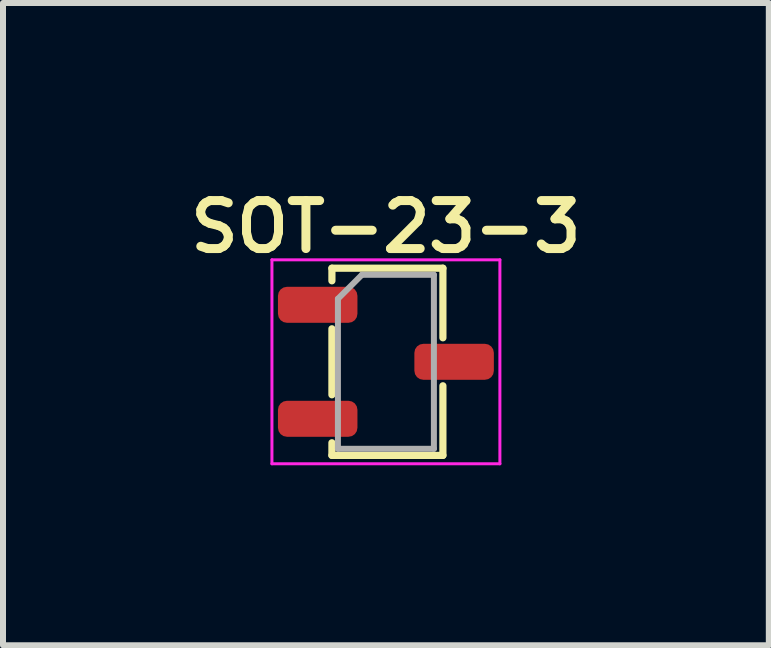
<source format=kicad_pcb>
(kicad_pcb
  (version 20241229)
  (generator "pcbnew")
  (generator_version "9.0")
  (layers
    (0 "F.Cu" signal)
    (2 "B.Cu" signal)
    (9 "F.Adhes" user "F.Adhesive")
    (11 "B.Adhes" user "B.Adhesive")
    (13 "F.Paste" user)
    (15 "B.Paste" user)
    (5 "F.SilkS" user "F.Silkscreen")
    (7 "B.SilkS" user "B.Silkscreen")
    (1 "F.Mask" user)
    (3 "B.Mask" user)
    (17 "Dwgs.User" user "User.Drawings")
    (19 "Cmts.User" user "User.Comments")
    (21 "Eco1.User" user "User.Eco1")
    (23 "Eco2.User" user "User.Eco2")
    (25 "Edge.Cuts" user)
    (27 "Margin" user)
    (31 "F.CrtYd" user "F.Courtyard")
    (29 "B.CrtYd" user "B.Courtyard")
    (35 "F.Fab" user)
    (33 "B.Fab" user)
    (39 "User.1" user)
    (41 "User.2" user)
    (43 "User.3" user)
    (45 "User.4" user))
  (footprint "SOT-23-3"
    (layer "F.Cu")
    (at 3.383 2.981)
    (property "Reference" "SOT-23-3" (at 0 -2.25 0) (layer "F.SilkS") (effects (font (size 0.8 0.8) (thickness 0.15))))
    (attr smd)
    (fp_line (start -0.9 -1.56) (end -0.9 -1.35) (stroke (width 0.12) (type default)) (layer "F.SilkS"))
    (fp_line (start -0.9 -1.56) (end 0.95 -1.56) (stroke (width 0.12) (type solid)) (layer "F.SilkS"))
    (fp_line (start -0.9 0.55) (end -0.9 -0.55) (stroke (width 0.12) (type default)) (layer "F.SilkS"))
    (fp_line (start -0.9 1.35) (end -0.9 1.56) (stroke (width 0.12) (type default)) (layer "F.SilkS"))
    (fp_line (start 0.95 -1.56) (end 0.95 -0.4) (stroke (width 0.12) (type default)) (layer "F.SilkS"))
    (fp_line (start 0.95 1.56) (end -0.9 1.56) (stroke (width 0.12) (type solid)) (layer "F.SilkS"))
    (fp_line (start 0.95 1.56) (end 0.95 0.4) (stroke (width 0.12) (type default)) (layer "F.SilkS"))
    (fp_line (start -1.9 -1.7) (end -1.9 1.7) (stroke (width 0.05) (type solid)) (layer "F.CrtYd"))
    (fp_line (start -1.9 1.7) (end 1.9 1.7) (stroke (width 0.05) (type solid)) (layer "F.CrtYd"))
    (fp_line (start 1.9 -1.7) (end -1.9 -1.7) (stroke (width 0.05) (type solid)) (layer "F.CrtYd"))
    (fp_line (start 1.9 1.7) (end 1.9 -1.7) (stroke (width 0.05) (type solid)) (layer "F.CrtYd"))
    (fp_line (start -0.8 -1.05) (end -0.4 -1.45) (stroke (width 0.1) (type solid)) (layer "F.Fab"))
    (fp_line (start -0.8 1.45) (end -0.8 -1.05) (stroke (width 0.1) (type solid)) (layer "F.Fab"))
    (fp_line (start -0.4 -1.45) (end 0.8 -1.45) (stroke (width 0.1) (type solid)) (layer "F.Fab"))
    (fp_line (start 0.8 -1.45) (end 0.8 1.45) (stroke (width 0.1) (type solid)) (layer "F.Fab"))
    (fp_line (start 0.8 1.45) (end -0.8 1.45) (stroke (width 0.1) (type solid)) (layer "F.Fab"))
    (pad "1" smd roundrect (at -1.137 -0.95) (size 1.325 0.6) (layers "F.Cu" "F.Mask" "F.Paste") (roundrect_rratio 0.25))
    (pad "2" smd roundrect (at -1.137 0.95) (size 1.325 0.6) (layers "F.Cu" "F.Mask" "F.Paste") (roundrect_rratio 0.25))
    (pad "3" smd roundrect (at 1.137 0) (size 1.325 0.6) (layers "F.Cu" "F.Mask" "F.Paste") (roundrect_rratio 0.25)))
  (gr_rect
    (start -3 -3)
    (end 9.766 7.706)
    (stroke (width 0.1) (type default))
    (fill no)
    (layer "Edge.Cuts")))
</source>
